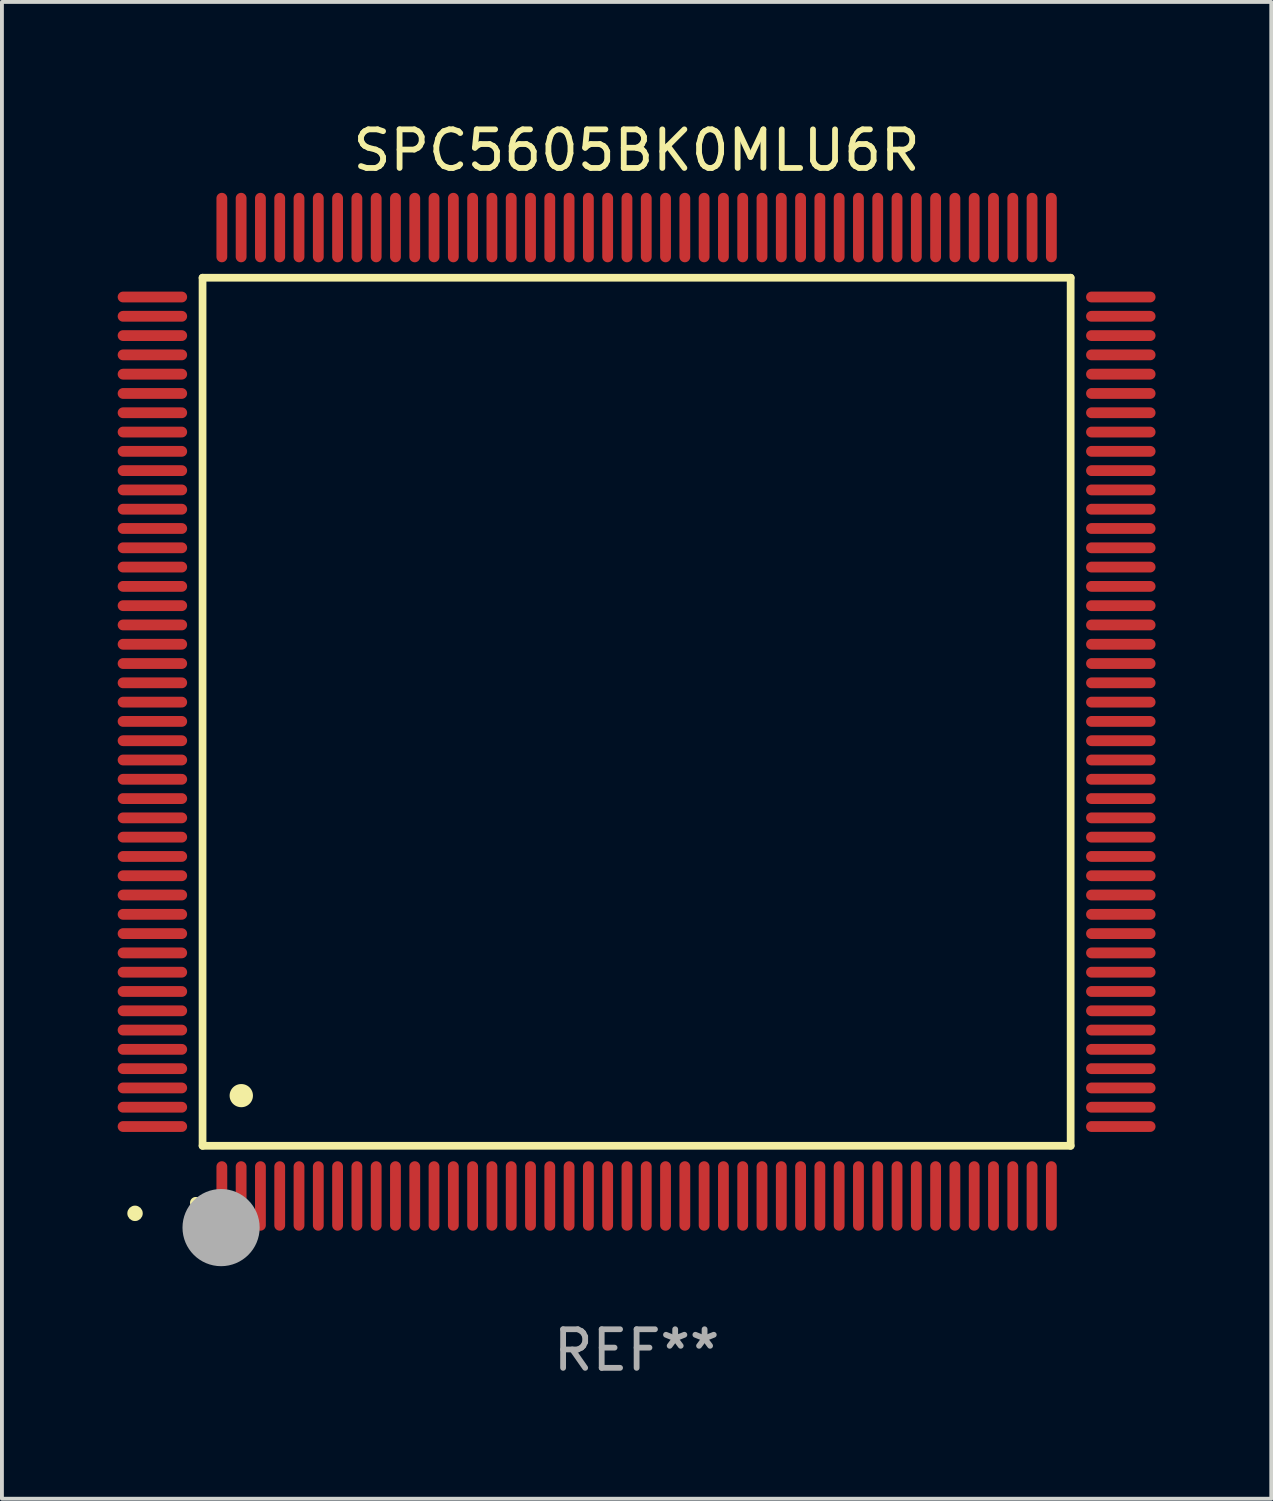
<source format=kicad_pcb>
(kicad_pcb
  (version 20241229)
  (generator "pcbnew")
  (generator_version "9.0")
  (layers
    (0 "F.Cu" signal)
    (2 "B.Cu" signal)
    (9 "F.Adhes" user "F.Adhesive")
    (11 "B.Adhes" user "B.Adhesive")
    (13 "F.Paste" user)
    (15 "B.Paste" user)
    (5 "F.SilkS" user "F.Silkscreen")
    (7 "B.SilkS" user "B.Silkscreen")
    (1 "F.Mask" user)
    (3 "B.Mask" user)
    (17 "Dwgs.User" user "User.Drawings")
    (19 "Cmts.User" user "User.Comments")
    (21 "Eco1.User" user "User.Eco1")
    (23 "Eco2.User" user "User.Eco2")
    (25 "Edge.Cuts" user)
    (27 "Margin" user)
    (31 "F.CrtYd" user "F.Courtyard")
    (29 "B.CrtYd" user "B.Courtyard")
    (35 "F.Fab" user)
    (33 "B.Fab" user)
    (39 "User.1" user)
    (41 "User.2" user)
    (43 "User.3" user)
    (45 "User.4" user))
  (footprint "SPC5605BK0MLU6R"
    (layer "F.Cu")
    (at 13.45 15.398)
    (property "Reference" "SPC5605BK0MLU6R" (at 0 -14.55 0) (layer "F.SilkS") (effects (font (size 1 1) (thickness 0.15))))
    (attr through_hole)
    (fp_line (start -11.25 -11.25) (end 11.25 -11.25) (stroke (width 0.2) (type solid)) (layer "F.SilkS"))
    (fp_line (start -11.25 11.25) (end -11.25 -11.25) (stroke (width 0.2) (type solid)) (layer "F.SilkS"))
    (fp_line (start 11.25 -11.25) (end 11.25 11.25) (stroke (width 0.2) (type solid)) (layer "F.SilkS"))
    (fp_line (start 11.25 11.25) (end -11.25 11.25) (stroke (width 0.2) (type solid)) (layer "F.SilkS"))
    (fp_arc (start -11.424943 12.725425) (mid -11.423673 12.72542) (end -11.422403 12.725425) (stroke (width 0.3) (type solid)) (layer "F.SilkS"))
    (fp_arc (start -10.24892 9.9492) (mid -10.24638 9.949189) (end -10.24384 9.9492) (stroke (width 0.6) (type solid)) (layer "F.SilkS"))
    (fp_circle (center -13 13) (end -12.9 13) (stroke (width 0.2) (type solid)) (fill no) (layer "F.SilkS"))
    (fp_circle (center -10.77 13.37) (end -10.27 13.37) (stroke (width 1) (type solid)) (fill no) (layer "F.Fab"))
    (fp_text user "REF**" (at 0 16.55 0) (layer "F.Fab") (effects (font (size 1 1) (thickness 0.15))))
    (pad "1" smd oval (at -10.75 12.55) (size 0.28 1.8) (layers "F.Cu" "F.Mask" "F.Paste"))
    (pad "2" smd oval (at -10.25 12.55) (size 0.28 1.8) (layers "F.Cu" "F.Mask" "F.Paste"))
    (pad "3" smd oval (at -9.75 12.55) (size 0.28 1.8) (layers "F.Cu" "F.Mask" "F.Paste"))
    (pad "4" smd oval (at -9.25 12.55) (size 0.28 1.8) (layers "F.Cu" "F.Mask" "F.Paste"))
    (pad "5" smd oval (at -8.75 12.55) (size 0.28 1.8) (layers "F.Cu" "F.Mask" "F.Paste"))
    (pad "6" smd oval (at -8.25 12.55) (size 0.28 1.8) (layers "F.Cu" "F.Mask" "F.Paste"))
    (pad "7" smd oval (at -7.75 12.55) (size 0.28 1.8) (layers "F.Cu" "F.Mask" "F.Paste"))
    (pad "8" smd oval (at -7.25 12.55) (size 0.28 1.8) (layers "F.Cu" "F.Mask" "F.Paste"))
    (pad "9" smd oval (at -6.75 12.55) (size 0.28 1.8) (layers "F.Cu" "F.Mask" "F.Paste"))
    (pad "10" smd oval (at -6.25 12.55) (size 0.28 1.8) (layers "F.Cu" "F.Mask" "F.Paste"))
    (pad "11" smd oval (at -5.75 12.55) (size 0.28 1.8) (layers "F.Cu" "F.Mask" "F.Paste"))
    (pad "12" smd oval (at -5.25 12.55) (size 0.28 1.8) (layers "F.Cu" "F.Mask" "F.Paste"))
    (pad "13" smd oval (at -4.75 12.55) (size 0.28 1.8) (layers "F.Cu" "F.Mask" "F.Paste"))
    (pad "14" smd oval (at -4.25 12.55) (size 0.28 1.8) (layers "F.Cu" "F.Mask" "F.Paste"))
    (pad "15" smd oval (at -3.75 12.55) (size 0.28 1.8) (layers "F.Cu" "F.Mask" "F.Paste"))
    (pad "16" smd oval (at -3.25 12.55) (size 0.28 1.8) (layers "F.Cu" "F.Mask" "F.Paste"))
    (pad "17" smd oval (at -2.75 12.55) (size 0.28 1.8) (layers "F.Cu" "F.Mask" "F.Paste"))
    (pad "18" smd oval (at -2.25 12.55) (size 0.28 1.8) (layers "F.Cu" "F.Mask" "F.Paste"))
    (pad "19" smd oval (at -1.75 12.55) (size 0.28 1.8) (layers "F.Cu" "F.Mask" "F.Paste"))
    (pad "20" smd oval (at -1.25 12.55) (size 0.28 1.8) (layers "F.Cu" "F.Mask" "F.Paste"))
    (pad "21" smd oval (at -0.75 12.55) (size 0.28 1.8) (layers "F.Cu" "F.Mask" "F.Paste"))
    (pad "22" smd oval (at -0.25 12.55) (size 0.28 1.8) (layers "F.Cu" "F.Mask" "F.Paste"))
    (pad "23" smd oval (at 0.25 12.55) (size 0.28 1.8) (layers "F.Cu" "F.Mask" "F.Paste"))
    (pad "24" smd oval (at 0.75 12.55) (size 0.28 1.8) (layers "F.Cu" "F.Mask" "F.Paste"))
    (pad "25" smd oval (at 1.25 12.55) (size 0.28 1.8) (layers "F.Cu" "F.Mask" "F.Paste"))
    (pad "26" smd oval (at 1.75 12.55) (size 0.28 1.8) (layers "F.Cu" "F.Mask" "F.Paste"))
    (pad "27" smd oval (at 2.25 12.55) (size 0.28 1.8) (layers "F.Cu" "F.Mask" "F.Paste"))
    (pad "28" smd oval (at 2.75 12.55) (size 0.28 1.8) (layers "F.Cu" "F.Mask" "F.Paste"))
    (pad "29" smd oval (at 3.25 12.55) (size 0.28 1.8) (layers "F.Cu" "F.Mask" "F.Paste"))
    (pad "30" smd oval (at 3.75 12.55) (size 0.28 1.8) (layers "F.Cu" "F.Mask" "F.Paste"))
    (pad "31" smd oval (at 4.25 12.55) (size 0.28 1.8) (layers "F.Cu" "F.Mask" "F.Paste"))
    (pad "32" smd oval (at 4.75 12.55) (size 0.28 1.8) (layers "F.Cu" "F.Mask" "F.Paste"))
    (pad "33" smd oval (at 5.25 12.55) (size 0.28 1.8) (layers "F.Cu" "F.Mask" "F.Paste"))
    (pad "34" smd oval (at 5.75 12.55) (size 0.28 1.8) (layers "F.Cu" "F.Mask" "F.Paste"))
    (pad "35" smd oval (at 6.25 12.55) (size 0.28 1.8) (layers "F.Cu" "F.Mask" "F.Paste"))
    (pad "36" smd oval (at 6.75 12.55) (size 0.28 1.8) (layers "F.Cu" "F.Mask" "F.Paste"))
    (pad "37" smd oval (at 7.25 12.55) (size 0.28 1.8) (layers "F.Cu" "F.Mask" "F.Paste"))
    (pad "38" smd oval (at 7.75 12.55) (size 0.28 1.8) (layers "F.Cu" "F.Mask" "F.Paste"))
    (pad "39" smd oval (at 8.25 12.55) (size 0.28 1.8) (layers "F.Cu" "F.Mask" "F.Paste"))
    (pad "40" smd oval (at 8.75 12.55) (size 0.28 1.8) (layers "F.Cu" "F.Mask" "F.Paste"))
    (pad "41" smd oval (at 9.25 12.55) (size 0.28 1.8) (layers "F.Cu" "F.Mask" "F.Paste"))
    (pad "42" smd oval (at 9.75 12.55) (size 0.28 1.8) (layers "F.Cu" "F.Mask" "F.Paste"))
    (pad "43" smd oval (at 10.25 12.55) (size 0.28 1.8) (layers "F.Cu" "F.Mask" "F.Paste"))
    (pad "44" smd oval (at 10.75 12.55) (size 0.28 1.8) (layers "F.Cu" "F.Mask" "F.Paste"))
    (pad "45" smd oval (at 12.55 10.75) (size 1.8 0.28) (layers "F.Cu" "F.Mask" "F.Paste"))
    (pad "46" smd oval (at 12.55 10.25) (size 1.8 0.28) (layers "F.Cu" "F.Mask" "F.Paste"))
    (pad "47" smd oval (at 12.55 9.75) (size 1.8 0.28) (layers "F.Cu" "F.Mask" "F.Paste"))
    (pad "48" smd oval (at 12.55 9.25) (size 1.8 0.28) (layers "F.Cu" "F.Mask" "F.Paste"))
    (pad "49" smd oval (at 12.55 8.75) (size 1.8 0.28) (layers "F.Cu" "F.Mask" "F.Paste"))
    (pad "50" smd oval (at 12.55 8.25) (size 1.8 0.28) (layers "F.Cu" "F.Mask" "F.Paste"))
    (pad "51" smd oval (at 12.55 7.75) (size 1.8 0.28) (layers "F.Cu" "F.Mask" "F.Paste"))
    (pad "52" smd oval (at 12.55 7.25) (size 1.8 0.28) (layers "F.Cu" "F.Mask" "F.Paste"))
    (pad "53" smd oval (at 12.55 6.75) (size 1.8 0.28) (layers "F.Cu" "F.Mask" "F.Paste"))
    (pad "54" smd oval (at 12.55 6.25) (size 1.8 0.28) (layers "F.Cu" "F.Mask" "F.Paste"))
    (pad "55" smd oval (at 12.55 5.75) (size 1.8 0.28) (layers "F.Cu" "F.Mask" "F.Paste"))
    (pad "56" smd oval (at 12.55 5.25) (size 1.8 0.28) (layers "F.Cu" "F.Mask" "F.Paste"))
    (pad "57" smd oval (at 12.55 4.75) (size 1.8 0.28) (layers "F.Cu" "F.Mask" "F.Paste"))
    (pad "58" smd oval (at 12.55 4.25) (size 1.8 0.28) (layers "F.Cu" "F.Mask" "F.Paste"))
    (pad "59" smd oval (at 12.55 3.75) (size 1.8 0.28) (layers "F.Cu" "F.Mask" "F.Paste"))
    (pad "60" smd oval (at 12.55 3.25) (size 1.8 0.28) (layers "F.Cu" "F.Mask" "F.Paste"))
    (pad "61" smd oval (at 12.55 2.75) (size 1.8 0.28) (layers "F.Cu" "F.Mask" "F.Paste"))
    (pad "62" smd oval (at 12.55 2.25) (size 1.8 0.28) (layers "F.Cu" "F.Mask" "F.Paste"))
    (pad "63" smd oval (at 12.55 1.75) (size 1.8 0.28) (layers "F.Cu" "F.Mask" "F.Paste"))
    (pad "64" smd oval (at 12.55 1.25) (size 1.8 0.28) (layers "F.Cu" "F.Mask" "F.Paste"))
    (pad "65" smd oval (at 12.55 0.75) (size 1.8 0.28) (layers "F.Cu" "F.Mask" "F.Paste"))
    (pad "66" smd oval (at 12.55 0.25) (size 1.8 0.28) (layers "F.Cu" "F.Mask" "F.Paste"))
    (pad "67" smd oval (at 12.55 -0.25) (size 1.8 0.28) (layers "F.Cu" "F.Mask" "F.Paste"))
    (pad "68" smd oval (at 12.55 -0.75) (size 1.8 0.28) (layers "F.Cu" "F.Mask" "F.Paste"))
    (pad "69" smd oval (at 12.55 -1.25) (size 1.8 0.28) (layers "F.Cu" "F.Mask" "F.Paste"))
    (pad "70" smd oval (at 12.55 -1.75) (size 1.8 0.28) (layers "F.Cu" "F.Mask" "F.Paste"))
    (pad "71" smd oval (at 12.55 -2.25) (size 1.8 0.28) (layers "F.Cu" "F.Mask" "F.Paste"))
    (pad "72" smd oval (at 12.55 -2.75) (size 1.8 0.28) (layers "F.Cu" "F.Mask" "F.Paste"))
    (pad "73" smd oval (at 12.55 -3.25) (size 1.8 0.28) (layers "F.Cu" "F.Mask" "F.Paste"))
    (pad "74" smd oval (at 12.55 -3.75) (size 1.8 0.28) (layers "F.Cu" "F.Mask" "F.Paste"))
    (pad "75" smd oval (at 12.55 -4.25) (size 1.8 0.28) (layers "F.Cu" "F.Mask" "F.Paste"))
    (pad "76" smd oval (at 12.55 -4.75) (size 1.8 0.28) (layers "F.Cu" "F.Mask" "F.Paste"))
    (pad "77" smd oval (at 12.55 -5.25) (size 1.8 0.28) (layers "F.Cu" "F.Mask" "F.Paste"))
    (pad "78" smd oval (at 12.55 -5.75) (size 1.8 0.28) (layers "F.Cu" "F.Mask" "F.Paste"))
    (pad "79" smd oval (at 12.55 -6.25) (size 1.8 0.28) (layers "F.Cu" "F.Mask" "F.Paste"))
    (pad "80" smd oval (at 12.55 -6.75) (size 1.8 0.28) (layers "F.Cu" "F.Mask" "F.Paste"))
    (pad "81" smd oval (at 12.55 -7.25) (size 1.8 0.28) (layers "F.Cu" "F.Mask" "F.Paste"))
    (pad "82" smd oval (at 12.55 -7.75) (size 1.8 0.28) (layers "F.Cu" "F.Mask" "F.Paste"))
    (pad "83" smd oval (at 12.55 -8.25) (size 1.8 0.28) (layers "F.Cu" "F.Mask" "F.Paste"))
    (pad "84" smd oval (at 12.55 -8.75) (size 1.8 0.28) (layers "F.Cu" "F.Mask" "F.Paste"))
    (pad "85" smd oval (at 12.55 -9.25) (size 1.8 0.28) (layers "F.Cu" "F.Mask" "F.Paste"))
    (pad "86" smd oval (at 12.55 -9.75) (size 1.8 0.28) (layers "F.Cu" "F.Mask" "F.Paste"))
    (pad "87" smd oval (at 12.55 -10.25) (size 1.8 0.28) (layers "F.Cu" "F.Mask" "F.Paste"))
    (pad "88" smd oval (at 12.55 -10.75) (size 1.8 0.28) (layers "F.Cu" "F.Mask" "F.Paste"))
    (pad "89" smd oval (at 10.75 -12.55) (size 0.28 1.8) (layers "F.Cu" "F.Mask" "F.Paste"))
    (pad "90" smd oval (at 10.25 -12.55) (size 0.28 1.8) (layers "F.Cu" "F.Mask" "F.Paste"))
    (pad "91" smd oval (at 9.75 -12.55) (size 0.28 1.8) (layers "F.Cu" "F.Mask" "F.Paste"))
    (pad "92" smd oval (at 9.25 -12.55) (size 0.28 1.8) (layers "F.Cu" "F.Mask" "F.Paste"))
    (pad "93" smd oval (at 8.75 -12.55) (size 0.28 1.8) (layers "F.Cu" "F.Mask" "F.Paste"))
    (pad "94" smd oval (at 8.25 -12.55) (size 0.28 1.8) (layers "F.Cu" "F.Mask" "F.Paste"))
    (pad "95" smd oval (at 7.75 -12.55) (size 0.28 1.8) (layers "F.Cu" "F.Mask" "F.Paste"))
    (pad "96" smd oval (at 7.25 -12.55) (size 0.28 1.8) (layers "F.Cu" "F.Mask" "F.Paste"))
    (pad "97" smd oval (at 6.75 -12.55) (size 0.28 1.8) (layers "F.Cu" "F.Mask" "F.Paste"))
    (pad "98" smd oval (at 6.25 -12.55) (size 0.28 1.8) (layers "F.Cu" "F.Mask" "F.Paste"))
    (pad "99" smd oval (at 5.75 -12.55) (size 0.28 1.8) (layers "F.Cu" "F.Mask" "F.Paste"))
    (pad "100" smd oval (at 5.25 -12.55) (size 0.28 1.8) (layers "F.Cu" "F.Mask" "F.Paste"))
    (pad "101" smd oval (at 4.75 -12.55) (size 0.28 1.8) (layers "F.Cu" "F.Mask" "F.Paste"))
    (pad "102" smd oval (at 4.25 -12.55) (size 0.28 1.8) (layers "F.Cu" "F.Mask" "F.Paste"))
    (pad "103" smd oval (at 3.75 -12.55) (size 0.28 1.8) (layers "F.Cu" "F.Mask" "F.Paste"))
    (pad "104" smd oval (at 3.25 -12.55) (size 0.28 1.8) (layers "F.Cu" "F.Mask" "F.Paste"))
    (pad "105" smd oval (at 2.75 -12.55) (size 0.28 1.8) (layers "F.Cu" "F.Mask" "F.Paste"))
    (pad "106" smd oval (at 2.25 -12.55) (size 0.28 1.8) (layers "F.Cu" "F.Mask" "F.Paste"))
    (pad "107" smd oval (at 1.75 -12.55) (size 0.28 1.8) (layers "F.Cu" "F.Mask" "F.Paste"))
    (pad "108" smd oval (at 1.25 -12.55) (size 0.28 1.8) (layers "F.Cu" "F.Mask" "F.Paste"))
    (pad "109" smd oval (at 0.75 -12.55) (size 0.28 1.8) (layers "F.Cu" "F.Mask" "F.Paste"))
    (pad "110" smd oval (at 0.25 -12.55) (size 0.28 1.8) (layers "F.Cu" "F.Mask" "F.Paste"))
    (pad "111" smd oval (at -0.25 -12.55) (size 0.28 1.8) (layers "F.Cu" "F.Mask" "F.Paste"))
    (pad "112" smd oval (at -0.75 -12.55) (size 0.28 1.8) (layers "F.Cu" "F.Mask" "F.Paste"))
    (pad "113" smd oval (at -1.25 -12.55) (size 0.28 1.8) (layers "F.Cu" "F.Mask" "F.Paste"))
    (pad "114" smd oval (at -1.75 -12.55) (size 0.28 1.8) (layers "F.Cu" "F.Mask" "F.Paste"))
    (pad "115" smd oval (at -2.25 -12.55) (size 0.28 1.8) (layers "F.Cu" "F.Mask" "F.Paste"))
    (pad "116" smd oval (at -2.75 -12.55) (size 0.28 1.8) (layers "F.Cu" "F.Mask" "F.Paste"))
    (pad "117" smd oval (at -3.25 -12.55) (size 0.28 1.8) (layers "F.Cu" "F.Mask" "F.Paste"))
    (pad "118" smd oval (at -3.75 -12.55) (size 0.28 1.8) (layers "F.Cu" "F.Mask" "F.Paste"))
    (pad "119" smd oval (at -4.25 -12.55) (size 0.28 1.8) (layers "F.Cu" "F.Mask" "F.Paste"))
    (pad "120" smd oval (at -4.75 -12.55) (size 0.28 1.8) (layers "F.Cu" "F.Mask" "F.Paste"))
    (pad "121" smd oval (at -5.25 -12.55) (size 0.28 1.8) (layers "F.Cu" "F.Mask" "F.Paste"))
    (pad "122" smd oval (at -5.75 -12.55) (size 0.28 1.8) (layers "F.Cu" "F.Mask" "F.Paste"))
    (pad "123" smd oval (at -6.25 -12.55) (size 0.28 1.8) (layers "F.Cu" "F.Mask" "F.Paste"))
    (pad "124" smd oval (at -6.75 -12.55) (size 0.28 1.8) (layers "F.Cu" "F.Mask" "F.Paste"))
    (pad "125" smd oval (at -7.25 -12.55) (size 0.28 1.8) (layers "F.Cu" "F.Mask" "F.Paste"))
    (pad "126" smd oval (at -7.75 -12.55) (size 0.28 1.8) (layers "F.Cu" "F.Mask" "F.Paste"))
    (pad "127" smd oval (at -8.25 -12.55) (size 0.28 1.8) (layers "F.Cu" "F.Mask" "F.Paste"))
    (pad "128" smd oval (at -8.75 -12.55) (size 0.28 1.8) (layers "F.Cu" "F.Mask" "F.Paste"))
    (pad "129" smd oval (at -9.25 -12.55) (size 0.28 1.8) (layers "F.Cu" "F.Mask" "F.Paste"))
    (pad "130" smd oval (at -9.75 -12.55) (size 0.28 1.8) (layers "F.Cu" "F.Mask" "F.Paste"))
    (pad "131" smd oval (at -10.25 -12.55) (size 0.28 1.8) (layers "F.Cu" "F.Mask" "F.Paste"))
    (pad "132" smd oval (at -10.75 -12.55) (size 0.28 1.8) (layers "F.Cu" "F.Mask" "F.Paste"))
    (pad "133" smd oval (at -12.55 -10.75) (size 1.8 0.28) (layers "F.Cu" "F.Mask" "F.Paste"))
    (pad "134" smd oval (at -12.55 -10.25) (size 1.8 0.28) (layers "F.Cu" "F.Mask" "F.Paste"))
    (pad "135" smd oval (at -12.55 -9.75) (size 1.8 0.28) (layers "F.Cu" "F.Mask" "F.Paste"))
    (pad "136" smd oval (at -12.55 -9.25) (size 1.8 0.28) (layers "F.Cu" "F.Mask" "F.Paste"))
    (pad "137" smd oval (at -12.55 -8.75) (size 1.8 0.28) (layers "F.Cu" "F.Mask" "F.Paste"))
    (pad "138" smd oval (at -12.55 -8.25) (size 1.8 0.28) (layers "F.Cu" "F.Mask" "F.Paste"))
    (pad "139" smd oval (at -12.55 -7.75) (size 1.8 0.28) (layers "F.Cu" "F.Mask" "F.Paste"))
    (pad "140" smd oval (at -12.55 -7.25) (size 1.8 0.28) (layers "F.Cu" "F.Mask" "F.Paste"))
    (pad "141" smd oval (at -12.55 -6.75) (size 1.8 0.28) (layers "F.Cu" "F.Mask" "F.Paste"))
    (pad "142" smd oval (at -12.55 -6.25) (size 1.8 0.28) (layers "F.Cu" "F.Mask" "F.Paste"))
    (pad "143" smd oval (at -12.55 -5.75) (size 1.8 0.28) (layers "F.Cu" "F.Mask" "F.Paste"))
    (pad "144" smd oval (at -12.55 -5.25) (size 1.8 0.28) (layers "F.Cu" "F.Mask" "F.Paste"))
    (pad "145" smd oval (at -12.55 -4.75) (size 1.8 0.28) (layers "F.Cu" "F.Mask" "F.Paste"))
    (pad "146" smd oval (at -12.55 -4.25) (size 1.8 0.28) (layers "F.Cu" "F.Mask" "F.Paste"))
    (pad "147" smd oval (at -12.55 -3.75) (size 1.8 0.28) (layers "F.Cu" "F.Mask" "F.Paste"))
    (pad "148" smd oval (at -12.55 -3.25) (size 1.8 0.28) (layers "F.Cu" "F.Mask" "F.Paste"))
    (pad "149" smd oval (at -12.55 -2.75) (size 1.8 0.28) (layers "F.Cu" "F.Mask" "F.Paste"))
    (pad "150" smd oval (at -12.55 -2.25) (size 1.8 0.28) (layers "F.Cu" "F.Mask" "F.Paste"))
    (pad "151" smd oval (at -12.55 -1.75) (size 1.8 0.28) (layers "F.Cu" "F.Mask" "F.Paste"))
    (pad "152" smd oval (at -12.55 -1.25) (size 1.8 0.28) (layers "F.Cu" "F.Mask" "F.Paste"))
    (pad "153" smd oval (at -12.55 -0.75) (size 1.8 0.28) (layers "F.Cu" "F.Mask" "F.Paste"))
    (pad "154" smd oval (at -12.55 -0.25) (size 1.8 0.28) (layers "F.Cu" "F.Mask" "F.Paste"))
    (pad "155" smd oval (at -12.55 0.25) (size 1.8 0.28) (layers "F.Cu" "F.Mask" "F.Paste"))
    (pad "156" smd oval (at -12.55 0.75) (size 1.8 0.28) (layers "F.Cu" "F.Mask" "F.Paste"))
    (pad "157" smd oval (at -12.55 1.25) (size 1.8 0.28) (layers "F.Cu" "F.Mask" "F.Paste"))
    (pad "158" smd oval (at -12.55 1.75) (size 1.8 0.28) (layers "F.Cu" "F.Mask" "F.Paste"))
    (pad "159" smd oval (at -12.55 2.25) (size 1.8 0.28) (layers "F.Cu" "F.Mask" "F.Paste"))
    (pad "160" smd oval (at -12.55 2.75) (size 1.8 0.28) (layers "F.Cu" "F.Mask" "F.Paste"))
    (pad "161" smd oval (at -12.55 3.25) (size 1.8 0.28) (layers "F.Cu" "F.Mask" "F.Paste"))
    (pad "162" smd oval (at -12.55 3.75) (size 1.8 0.28) (layers "F.Cu" "F.Mask" "F.Paste"))
    (pad "163" smd oval (at -12.55 4.25) (size 1.8 0.28) (layers "F.Cu" "F.Mask" "F.Paste"))
    (pad "164" smd oval (at -12.55 4.75) (size 1.8 0.28) (layers "F.Cu" "F.Mask" "F.Paste"))
    (pad "165" smd oval (at -12.55 5.25) (size 1.8 0.28) (layers "F.Cu" "F.Mask" "F.Paste"))
    (pad "166" smd oval (at -12.55 5.75) (size 1.8 0.28) (layers "F.Cu" "F.Mask" "F.Paste"))
    (pad "167" smd oval (at -12.55 6.25) (size 1.8 0.28) (layers "F.Cu" "F.Mask" "F.Paste"))
    (pad "168" smd oval (at -12.55 6.75) (size 1.8 0.28) (layers "F.Cu" "F.Mask" "F.Paste"))
    (pad "169" smd oval (at -12.55 7.25) (size 1.8 0.28) (layers "F.Cu" "F.Mask" "F.Paste"))
    (pad "170" smd oval (at -12.55 7.75) (size 1.8 0.28) (layers "F.Cu" "F.Mask" "F.Paste"))
    (pad "171" smd oval (at -12.55 8.25) (size 1.8 0.28) (layers "F.Cu" "F.Mask" "F.Paste"))
    (pad "172" smd oval (at -12.55 8.75) (size 1.8 0.28) (layers "F.Cu" "F.Mask" "F.Paste"))
    (pad "173" smd oval (at -12.55 9.25) (size 1.8 0.28) (layers "F.Cu" "F.Mask" "F.Paste"))
    (pad "174" smd oval (at -12.55 9.75) (size 1.8 0.28) (layers "F.Cu" "F.Mask" "F.Paste"))
    (pad "175" smd oval (at -12.55 10.25) (size 1.8 0.28) (layers "F.Cu" "F.Mask" "F.Paste"))
    (pad "176" smd oval (at -12.55 10.75) (size 1.8 0.28) (layers "F.Cu" "F.Mask" "F.Paste")))
  (gr_rect
    (start -3 -3)
    (end 29.9 35.796)
    (stroke (width 0.1) (type default))
    (fill no)
    (layer "Edge.Cuts")))
</source>
